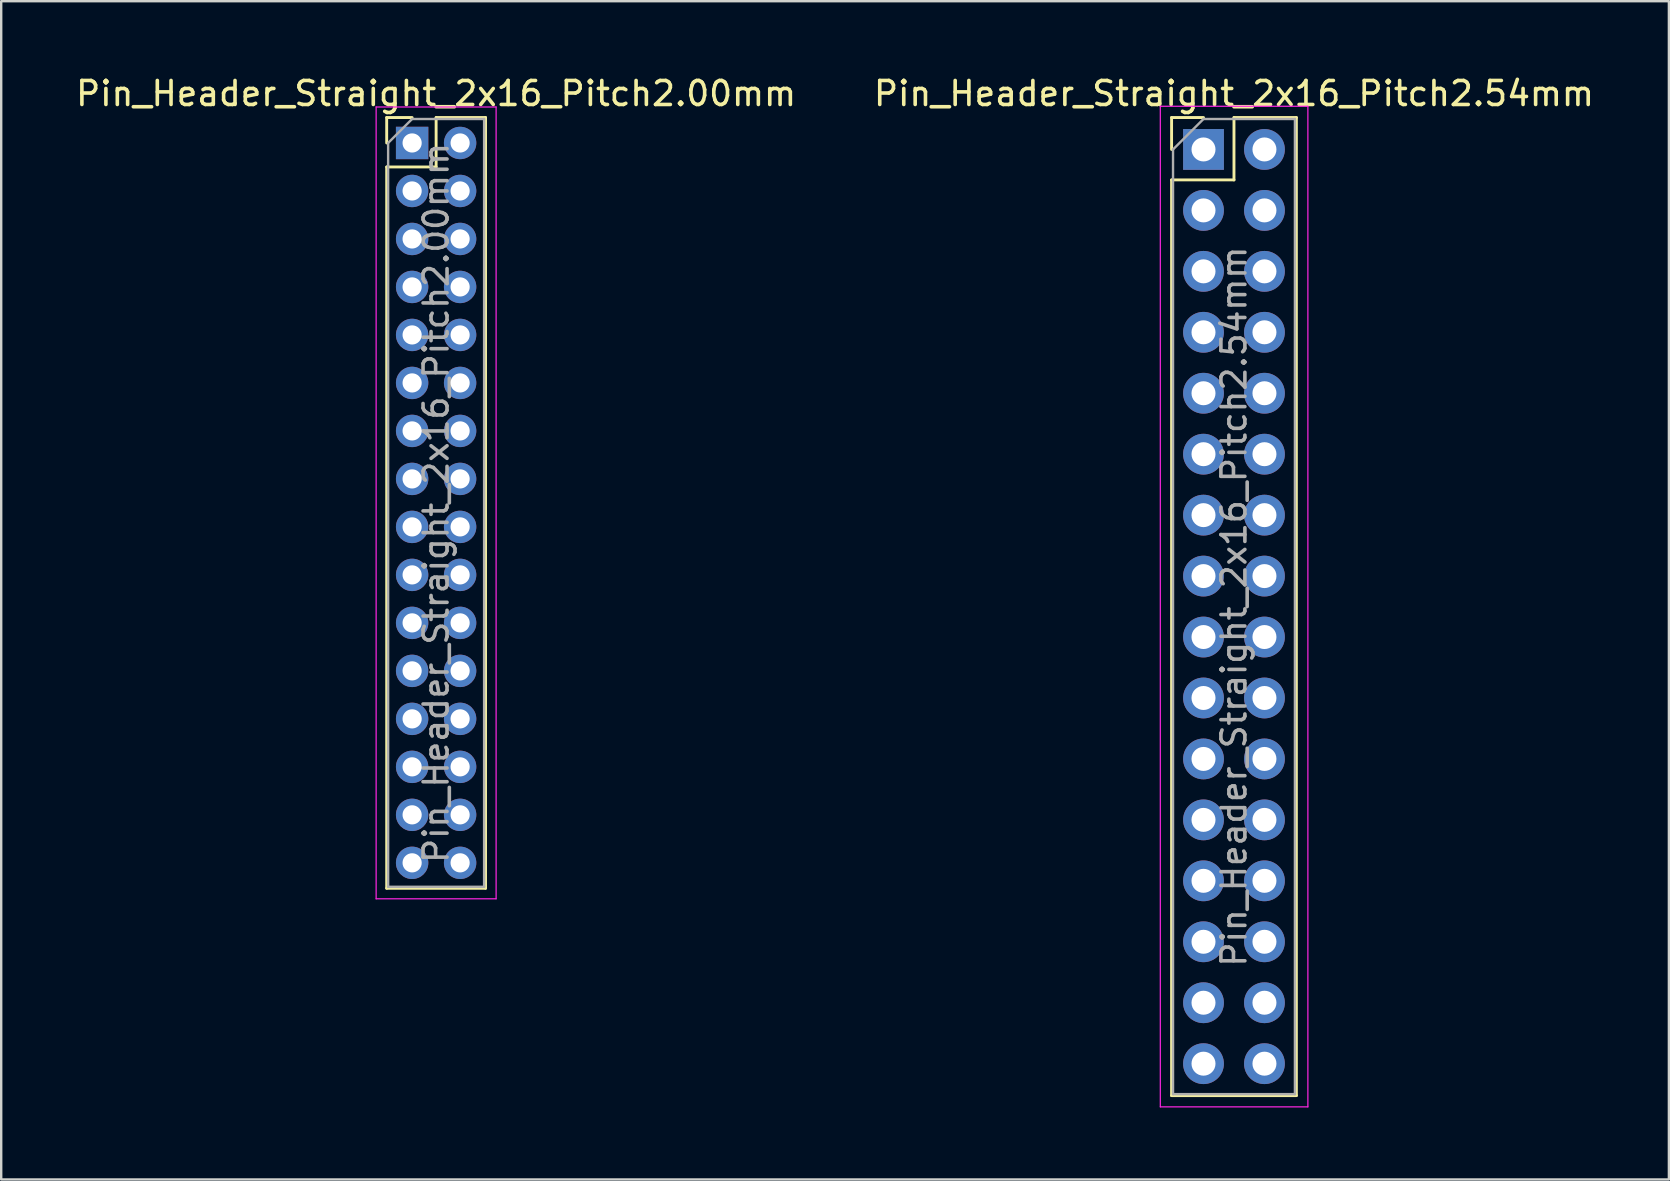
<source format=kicad_pcb>
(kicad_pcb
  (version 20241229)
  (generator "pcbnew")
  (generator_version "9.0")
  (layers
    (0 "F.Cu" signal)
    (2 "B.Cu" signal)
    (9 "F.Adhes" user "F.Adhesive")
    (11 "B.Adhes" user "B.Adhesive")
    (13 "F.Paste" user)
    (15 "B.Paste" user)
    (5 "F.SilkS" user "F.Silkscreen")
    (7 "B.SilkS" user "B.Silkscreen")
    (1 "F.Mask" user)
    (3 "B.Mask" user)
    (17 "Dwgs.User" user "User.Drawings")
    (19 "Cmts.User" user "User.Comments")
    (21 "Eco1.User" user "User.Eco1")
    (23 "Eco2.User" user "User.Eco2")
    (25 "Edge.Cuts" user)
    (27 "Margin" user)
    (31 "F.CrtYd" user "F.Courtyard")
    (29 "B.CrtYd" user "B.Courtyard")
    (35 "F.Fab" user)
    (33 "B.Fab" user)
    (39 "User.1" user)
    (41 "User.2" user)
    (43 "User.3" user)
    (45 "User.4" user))
  (footprint "Pin_Header_Straight_2x16_Pitch2.00mm"
    (layer "F.Cu")
    (at 14.125 2.908)
    (property "Reference" "Pin_Header_Straight_2x16_Pitch2.00mm" (at 1 -2.06 0) (layer "F.SilkS") (effects (font (size 1 1) (thickness 0.15))))
    (attr through_hole)
    (fp_line (start -1.06 -1.06) (end 0 -1.06) (stroke (width 0.12) (type solid)) (layer "F.SilkS"))
    (fp_line (start -1.06 0) (end -1.06 -1.06) (stroke (width 0.12) (type solid)) (layer "F.SilkS"))
    (fp_line (start -1.06 1) (end -1.06 31.06) (stroke (width 0.12) (type solid)) (layer "F.SilkS"))
    (fp_line (start -1.06 31.06) (end 3.06 31.06) (stroke (width 0.12) (type solid)) (layer "F.SilkS"))
    (fp_line (start 1 -1.06) (end 1 1) (stroke (width 0.12) (type solid)) (layer "F.SilkS"))
    (fp_line (start 1 1) (end -1.06 1) (stroke (width 0.12) (type solid)) (layer "F.SilkS"))
    (fp_line (start 3.06 -1.06) (end 1 -1.06) (stroke (width 0.12) (type solid)) (layer "F.SilkS"))
    (fp_line (start 3.06 31.06) (end 3.06 -1.06) (stroke (width 0.12) (type solid)) (layer "F.SilkS"))
    (fp_line (start -1.5 -1.5) (end -1.5 31.5) (stroke (width 0.05) (type solid)) (layer "F.CrtYd"))
    (fp_line (start -1.5 31.5) (end 3.5 31.5) (stroke (width 0.05) (type solid)) (layer "F.CrtYd"))
    (fp_line (start 3.5 -1.5) (end -1.5 -1.5) (stroke (width 0.05) (type solid)) (layer "F.CrtYd"))
    (fp_line (start 3.5 31.5) (end 3.5 -1.5) (stroke (width 0.05) (type solid)) (layer "F.CrtYd"))
    (fp_line (start -1 0) (end 0 -1) (stroke (width 0.1) (type solid)) (layer "F.Fab"))
    (fp_line (start -1 31) (end -1 0) (stroke (width 0.1) (type solid)) (layer "F.Fab"))
    (fp_line (start 0 -1) (end 3 -1) (stroke (width 0.1) (type solid)) (layer "F.Fab"))
    (fp_line (start 3 -1) (end 3 31) (stroke (width 0.1) (type solid)) (layer "F.Fab"))
    (fp_line (start 3 31) (end -1 31) (stroke (width 0.1) (type solid)) (layer "F.Fab"))
    (fp_text user "${REFERENCE}" (at 1 15 90) (layer "F.Fab") (effects (font (size 1 1) (thickness 0.15))))
    (pad "1" thru_hole rect (at 0 0) (size 1.35 1.35) (drill 0.8) (layers "*.Cu" "*.Mask"))
    (pad "2" thru_hole oval (at 2 0) (size 1.35 1.35) (drill 0.8) (layers "*.Cu" "*.Mask"))
    (pad "3" thru_hole oval (at 0 2) (size 1.35 1.35) (drill 0.8) (layers "*.Cu" "*.Mask"))
    (pad "4" thru_hole oval (at 2 2) (size 1.35 1.35) (drill 0.8) (layers "*.Cu" "*.Mask"))
    (pad "5" thru_hole oval (at 0 4) (size 1.35 1.35) (drill 0.8) (layers "*.Cu" "*.Mask"))
    (pad "6" thru_hole oval (at 2 4) (size 1.35 1.35) (drill 0.8) (layers "*.Cu" "*.Mask"))
    (pad "7" thru_hole oval (at 0 6) (size 1.35 1.35) (drill 0.8) (layers "*.Cu" "*.Mask"))
    (pad "8" thru_hole oval (at 2 6) (size 1.35 1.35) (drill 0.8) (layers "*.Cu" "*.Mask"))
    (pad "9" thru_hole oval (at 0 8) (size 1.35 1.35) (drill 0.8) (layers "*.Cu" "*.Mask"))
    (pad "10" thru_hole oval (at 2 8) (size 1.35 1.35) (drill 0.8) (layers "*.Cu" "*.Mask"))
    (pad "11" thru_hole oval (at 0 10) (size 1.35 1.35) (drill 0.8) (layers "*.Cu" "*.Mask"))
    (pad "12" thru_hole oval (at 2 10) (size 1.35 1.35) (drill 0.8) (layers "*.Cu" "*.Mask"))
    (pad "13" thru_hole oval (at 0 12) (size 1.35 1.35) (drill 0.8) (layers "*.Cu" "*.Mask"))
    (pad "14" thru_hole oval (at 2 12) (size 1.35 1.35) (drill 0.8) (layers "*.Cu" "*.Mask"))
    (pad "15" thru_hole oval (at 0 14) (size 1.35 1.35) (drill 0.8) (layers "*.Cu" "*.Mask"))
    (pad "16" thru_hole oval (at 2 14) (size 1.35 1.35) (drill 0.8) (layers "*.Cu" "*.Mask"))
    (pad "17" thru_hole oval (at 0 16) (size 1.35 1.35) (drill 0.8) (layers "*.Cu" "*.Mask"))
    (pad "18" thru_hole oval (at 2 16) (size 1.35 1.35) (drill 0.8) (layers "*.Cu" "*.Mask"))
    (pad "19" thru_hole oval (at 0 18) (size 1.35 1.35) (drill 0.8) (layers "*.Cu" "*.Mask"))
    (pad "20" thru_hole oval (at 2 18) (size 1.35 1.35) (drill 0.8) (layers "*.Cu" "*.Mask"))
    (pad "21" thru_hole oval (at 0 20) (size 1.35 1.35) (drill 0.8) (layers "*.Cu" "*.Mask"))
    (pad "22" thru_hole oval (at 2 20) (size 1.35 1.35) (drill 0.8) (layers "*.Cu" "*.Mask"))
    (pad "23" thru_hole oval (at 0 22) (size 1.35 1.35) (drill 0.8) (layers "*.Cu" "*.Mask"))
    (pad "24" thru_hole oval (at 2 22) (size 1.35 1.35) (drill 0.8) (layers "*.Cu" "*.Mask"))
    (pad "25" thru_hole oval (at 0 24) (size 1.35 1.35) (drill 0.8) (layers "*.Cu" "*.Mask"))
    (pad "26" thru_hole oval (at 2 24) (size 1.35 1.35) (drill 0.8) (layers "*.Cu" "*.Mask"))
    (pad "27" thru_hole oval (at 0 26) (size 1.35 1.35) (drill 0.8) (layers "*.Cu" "*.Mask"))
    (pad "28" thru_hole oval (at 2 26) (size 1.35 1.35) (drill 0.8) (layers "*.Cu" "*.Mask"))
    (pad "29" thru_hole oval (at 0 28) (size 1.35 1.35) (drill 0.8) (layers "*.Cu" "*.Mask"))
    (pad "30" thru_hole oval (at 2 28) (size 1.35 1.35) (drill 0.8) (layers "*.Cu" "*.Mask"))
    (pad "31" thru_hole oval (at 0 30) (size 1.35 1.35) (drill 0.8) (layers "*.Cu" "*.Mask"))
    (pad "32" thru_hole oval (at 2 30) (size 1.35 1.35) (drill 0.8) (layers "*.Cu" "*.Mask")))
  (footprint "Pin_Header_Straight_2x16_Pitch2.54mm"
    (layer "F.Cu")
    (at 47.105 3.178)
    (property "Reference" "Pin_Header_Straight_2x16_Pitch2.54mm" (at 1.27 -2.33 0) (layer "F.SilkS") (effects (font (size 1 1) (thickness 0.15))))
    (attr through_hole)
    (fp_line (start -1.33 -1.33) (end 0 -1.33) (stroke (width 0.12) (type solid)) (layer "F.SilkS"))
    (fp_line (start -1.33 0) (end -1.33 -1.33) (stroke (width 0.12) (type solid)) (layer "F.SilkS"))
    (fp_line (start -1.33 1.27) (end -1.33 39.43) (stroke (width 0.12) (type solid)) (layer "F.SilkS"))
    (fp_line (start -1.33 39.43) (end 3.87 39.43) (stroke (width 0.12) (type solid)) (layer "F.SilkS"))
    (fp_line (start 1.27 -1.33) (end 1.27 1.27) (stroke (width 0.12) (type solid)) (layer "F.SilkS"))
    (fp_line (start 1.27 1.27) (end -1.33 1.27) (stroke (width 0.12) (type solid)) (layer "F.SilkS"))
    (fp_line (start 3.87 -1.33) (end 1.27 -1.33) (stroke (width 0.12) (type solid)) (layer "F.SilkS"))
    (fp_line (start 3.87 39.43) (end 3.87 -1.33) (stroke (width 0.12) (type solid)) (layer "F.SilkS"))
    (fp_line (start -1.8 -1.8) (end -1.8 39.9) (stroke (width 0.05) (type solid)) (layer "F.CrtYd"))
    (fp_line (start -1.8 39.9) (end 4.35 39.9) (stroke (width 0.05) (type solid)) (layer "F.CrtYd"))
    (fp_line (start 4.35 -1.8) (end -1.8 -1.8) (stroke (width 0.05) (type solid)) (layer "F.CrtYd"))
    (fp_line (start 4.35 39.9) (end 4.35 -1.8) (stroke (width 0.05) (type solid)) (layer "F.CrtYd"))
    (fp_line (start -1.27 0) (end 0 -1.27) (stroke (width 0.1) (type solid)) (layer "F.Fab"))
    (fp_line (start -1.27 39.37) (end -1.27 0) (stroke (width 0.1) (type solid)) (layer "F.Fab"))
    (fp_line (start 0 -1.27) (end 3.81 -1.27) (stroke (width 0.1) (type solid)) (layer "F.Fab"))
    (fp_line (start 3.81 -1.27) (end 3.81 39.37) (stroke (width 0.1) (type solid)) (layer "F.Fab"))
    (fp_line (start 3.81 39.37) (end -1.27 39.37) (stroke (width 0.1) (type solid)) (layer "F.Fab"))
    (fp_text user "${REFERENCE}" (at 1.27 19.05 90) (layer "F.Fab") (effects (font (size 1 1) (thickness 0.15))))
    (pad "1" thru_hole rect (at 0 0) (size 1.7 1.7) (drill 1) (layers "*.Cu" "*.Mask"))
    (pad "2" thru_hole oval (at 2.54 0) (size 1.7 1.7) (drill 1) (layers "*.Cu" "*.Mask"))
    (pad "3" thru_hole oval (at 0 2.54) (size 1.7 1.7) (drill 1) (layers "*.Cu" "*.Mask"))
    (pad "4" thru_hole oval (at 2.54 2.54) (size 1.7 1.7) (drill 1) (layers "*.Cu" "*.Mask"))
    (pad "5" thru_hole oval (at 0 5.08) (size 1.7 1.7) (drill 1) (layers "*.Cu" "*.Mask"))
    (pad "6" thru_hole oval (at 2.54 5.08) (size 1.7 1.7) (drill 1) (layers "*.Cu" "*.Mask"))
    (pad "7" thru_hole oval (at 0 7.62) (size 1.7 1.7) (drill 1) (layers "*.Cu" "*.Mask"))
    (pad "8" thru_hole oval (at 2.54 7.62) (size 1.7 1.7) (drill 1) (layers "*.Cu" "*.Mask"))
    (pad "9" thru_hole oval (at 0 10.16) (size 1.7 1.7) (drill 1) (layers "*.Cu" "*.Mask"))
    (pad "10" thru_hole oval (at 2.54 10.16) (size 1.7 1.7) (drill 1) (layers "*.Cu" "*.Mask"))
    (pad "11" thru_hole oval (at 0 12.7) (size 1.7 1.7) (drill 1) (layers "*.Cu" "*.Mask"))
    (pad "12" thru_hole oval (at 2.54 12.7) (size 1.7 1.7) (drill 1) (layers "*.Cu" "*.Mask"))
    (pad "13" thru_hole oval (at 0 15.24) (size 1.7 1.7) (drill 1) (layers "*.Cu" "*.Mask"))
    (pad "14" thru_hole oval (at 2.54 15.24) (size 1.7 1.7) (drill 1) (layers "*.Cu" "*.Mask"))
    (pad "15" thru_hole oval (at 0 17.78) (size 1.7 1.7) (drill 1) (layers "*.Cu" "*.Mask"))
    (pad "16" thru_hole oval (at 2.54 17.78) (size 1.7 1.7) (drill 1) (layers "*.Cu" "*.Mask"))
    (pad "17" thru_hole oval (at 0 20.32) (size 1.7 1.7) (drill 1) (layers "*.Cu" "*.Mask"))
    (pad "18" thru_hole oval (at 2.54 20.32) (size 1.7 1.7) (drill 1) (layers "*.Cu" "*.Mask"))
    (pad "19" thru_hole oval (at 0 22.86) (size 1.7 1.7) (drill 1) (layers "*.Cu" "*.Mask"))
    (pad "20" thru_hole oval (at 2.54 22.86) (size 1.7 1.7) (drill 1) (layers "*.Cu" "*.Mask"))
    (pad "21" thru_hole oval (at 0 25.4) (size 1.7 1.7) (drill 1) (layers "*.Cu" "*.Mask"))
    (pad "22" thru_hole oval (at 2.54 25.4) (size 1.7 1.7) (drill 1) (layers "*.Cu" "*.Mask"))
    (pad "23" thru_hole oval (at 0 27.94) (size 1.7 1.7) (drill 1) (layers "*.Cu" "*.Mask"))
    (pad "24" thru_hole oval (at 2.54 27.94) (size 1.7 1.7) (drill 1) (layers "*.Cu" "*.Mask"))
    (pad "25" thru_hole oval (at 0 30.48) (size 1.7 1.7) (drill 1) (layers "*.Cu" "*.Mask"))
    (pad "26" thru_hole oval (at 2.54 30.48) (size 1.7 1.7) (drill 1) (layers "*.Cu" "*.Mask"))
    (pad "27" thru_hole oval (at 0 33.02) (size 1.7 1.7) (drill 1) (layers "*.Cu" "*.Mask"))
    (pad "28" thru_hole oval (at 2.54 33.02) (size 1.7 1.7) (drill 1) (layers "*.Cu" "*.Mask"))
    (pad "29" thru_hole oval (at 0 35.56) (size 1.7 1.7) (drill 1) (layers "*.Cu" "*.Mask"))
    (pad "30" thru_hole oval (at 2.54 35.56) (size 1.7 1.7) (drill 1) (layers "*.Cu" "*.Mask"))
    (pad "31" thru_hole oval (at 0 38.1) (size 1.7 1.7) (drill 1) (layers "*.Cu" "*.Mask"))
    (pad "32" thru_hole oval (at 2.54 38.1) (size 1.7 1.7) (drill 1) (layers "*.Cu" "*.Mask")))
  (gr_rect
    (start -3 -3)
    (end 66.5 46.103)
    (stroke (width 0.1) (type default))
    (fill no)
    (layer "Edge.Cuts")))
</source>
